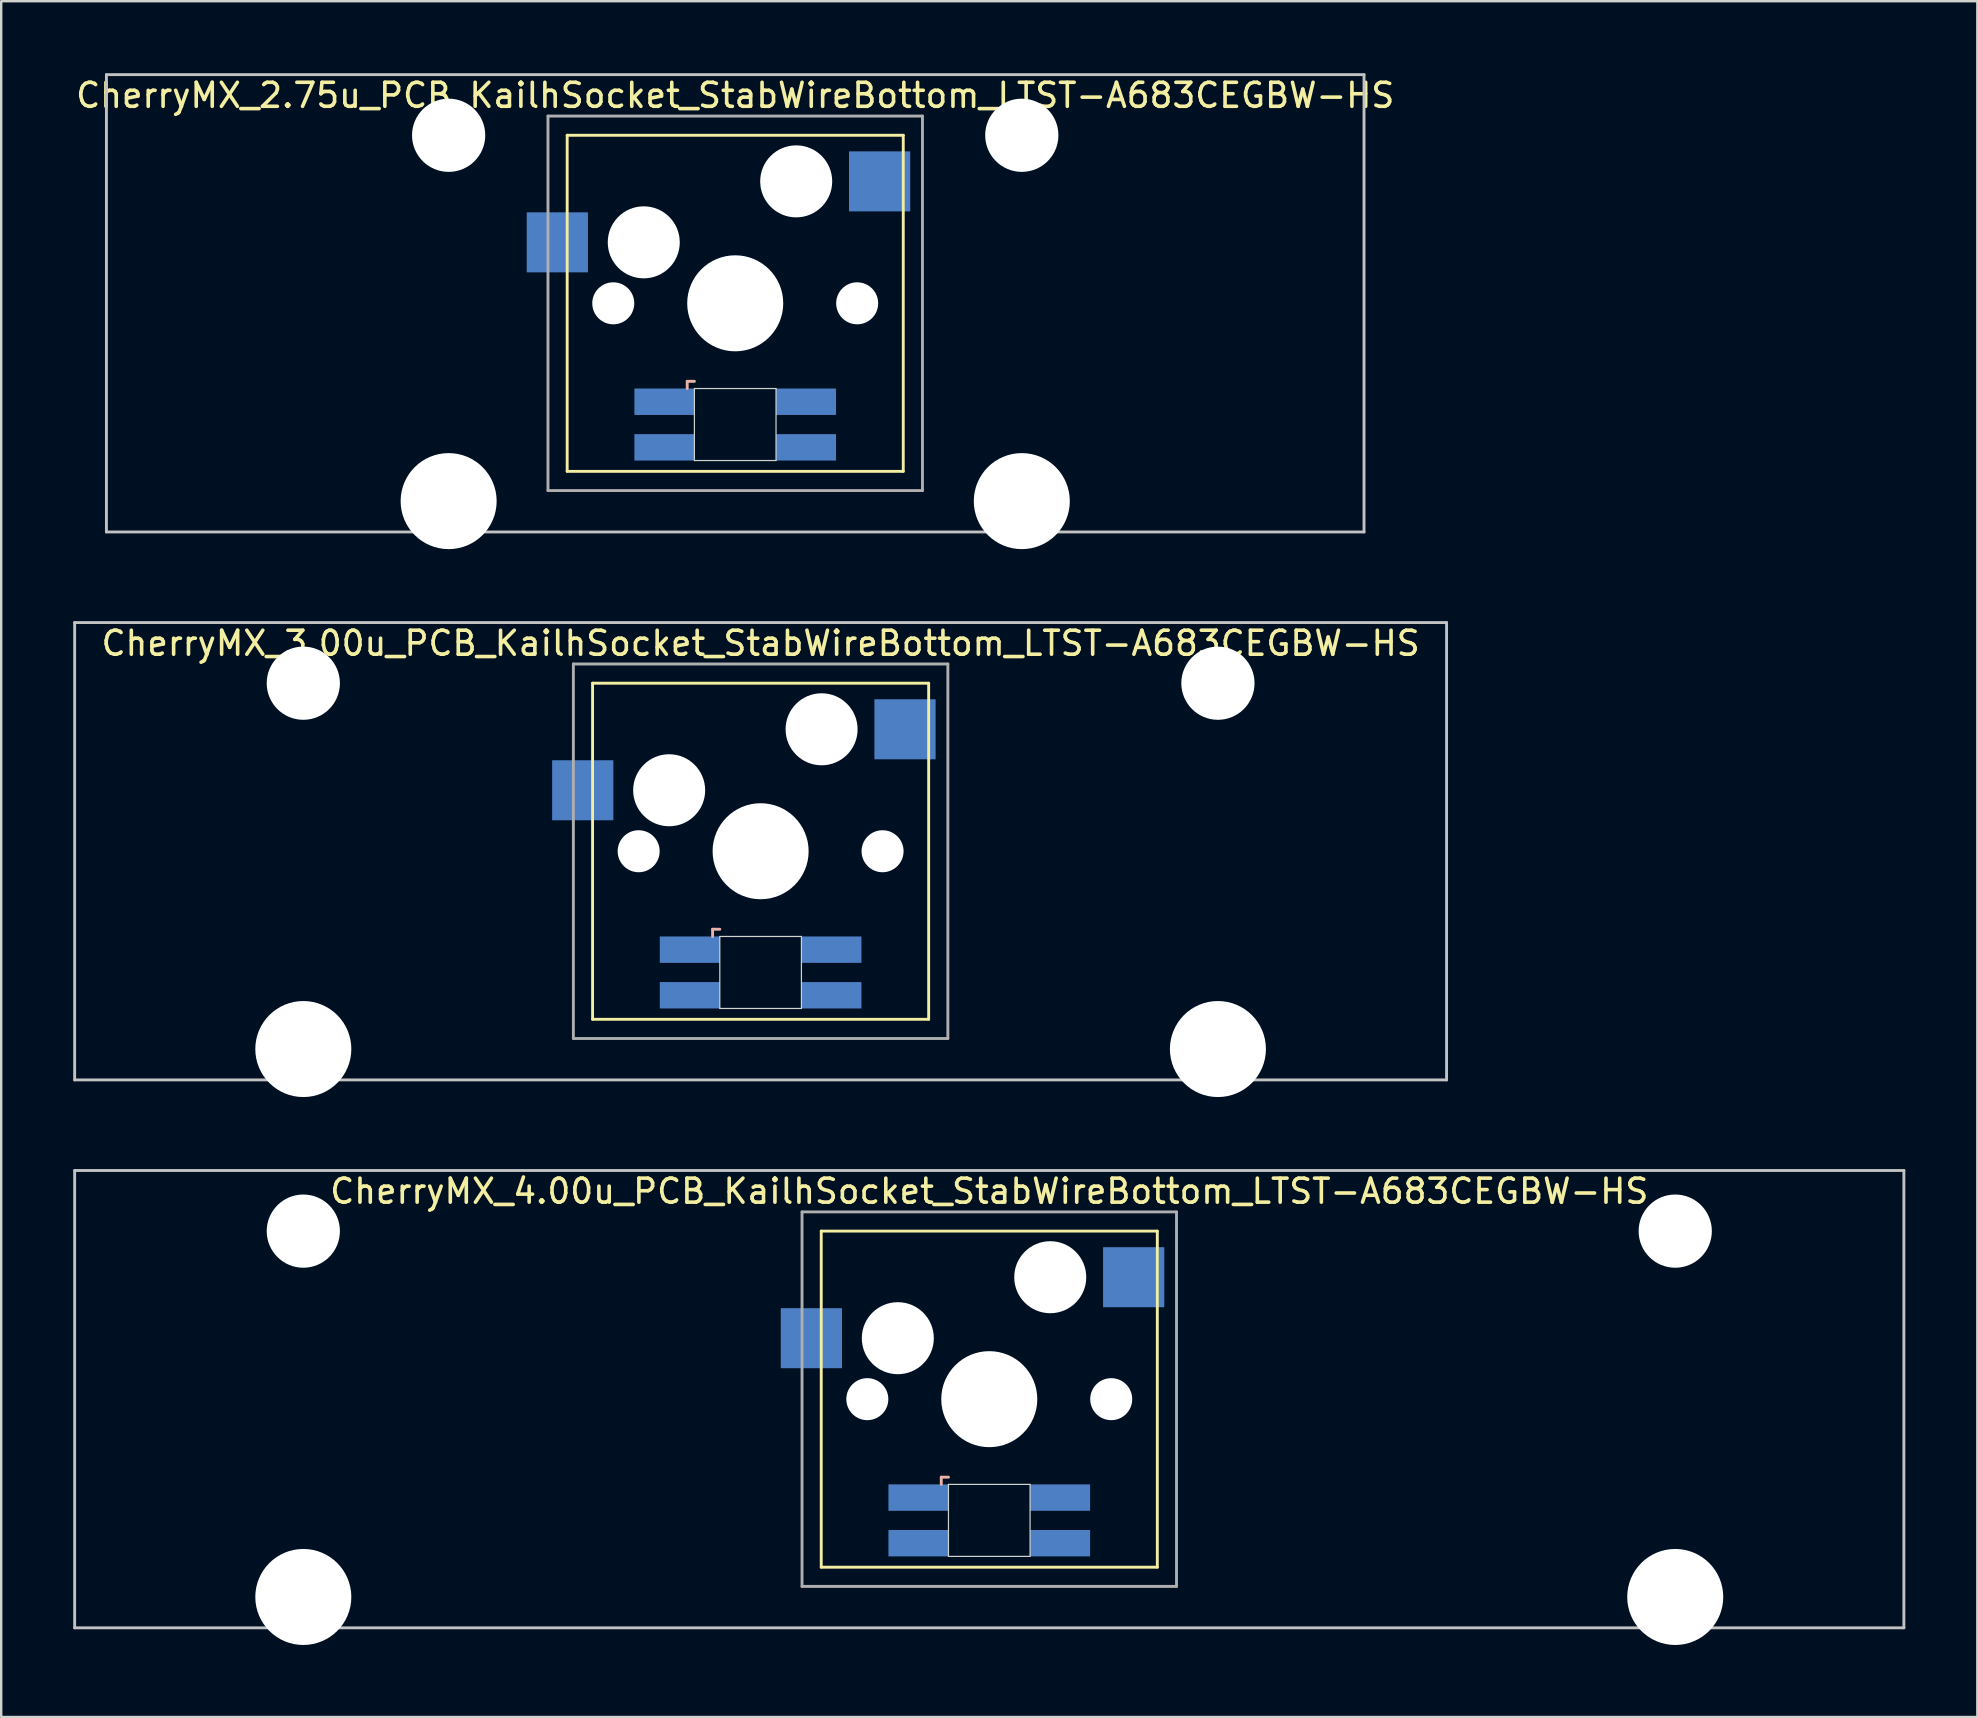
<source format=kicad_pcb>
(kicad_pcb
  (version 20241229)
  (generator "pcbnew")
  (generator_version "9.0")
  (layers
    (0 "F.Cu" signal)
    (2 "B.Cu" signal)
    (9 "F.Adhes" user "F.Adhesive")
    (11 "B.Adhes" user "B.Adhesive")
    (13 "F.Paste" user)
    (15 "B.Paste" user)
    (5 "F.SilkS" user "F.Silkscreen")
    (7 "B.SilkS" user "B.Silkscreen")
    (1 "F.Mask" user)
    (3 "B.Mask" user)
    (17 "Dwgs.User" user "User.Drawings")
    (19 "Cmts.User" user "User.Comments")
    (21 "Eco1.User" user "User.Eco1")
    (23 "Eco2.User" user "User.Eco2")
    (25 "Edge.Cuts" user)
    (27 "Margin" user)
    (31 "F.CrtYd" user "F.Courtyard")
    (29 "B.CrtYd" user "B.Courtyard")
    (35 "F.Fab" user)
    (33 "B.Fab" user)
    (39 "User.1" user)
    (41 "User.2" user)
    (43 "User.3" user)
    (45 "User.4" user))
  (footprint "CherryMX_4.00u_PCB_KailhSocket_StabWireBottom_LTST-A683CEGBW-HS"
    (layer "F.Cu")
    (at 38.16 55.235)
    (property "Reference" "CherryMX_4.00u_PCB_KailhSocket_StabWireBottom_LTST-A683CEGBW-HS" (at 0 -8.662 0) (layer "F.SilkS") (effects (font (size 1 1) (thickness 0.15))))
    (attr through_hole)
    (fp_line (start -7 -7) (end -7 7) (stroke (width 0.12) (type solid)) (layer "F.SilkS"))
    (fp_line (start -7 -7) (end 7 -7) (stroke (width 0.12) (type solid)) (layer "F.SilkS"))
    (fp_line (start 7 -7) (end 7 7) (stroke (width 0.12) (type solid)) (layer "F.SilkS"))
    (fp_line (start 7 7) (end -7 7) (stroke (width 0.12) (type solid)) (layer "F.SilkS"))
    (fp_line (start -2 3.25) (end -2 3.55) (stroke (width 0.12) (type solid)) (layer "B.SilkS"))
    (fp_line (start -1.7 3.25) (end -2 3.25) (stroke (width 0.12) (type solid)) (layer "B.SilkS"))
    (fp_line (start -38.1 -9.525) (end 38.1 -9.525) (stroke (width 0.12) (type solid)) (layer "Dwgs.User"))
    (fp_line (start -38.1 9.525) (end -38.1 -9.525) (stroke (width 0.12) (type solid)) (layer "Dwgs.User"))
    (fp_line (start 38.1 -9.525) (end 38.1 9.525) (stroke (width 0.12) (type solid)) (layer "Dwgs.User"))
    (fp_line (start 38.1 9.525) (end -38.1 9.525) (stroke (width 0.12) (type solid)) (layer "Dwgs.User"))
    (fp_line (start -1.7 3.55) (end 1.7 3.55) (stroke (width 0.05) (type solid)) (layer "Edge.Cuts"))
    (fp_line (start -1.7 6.55) (end -1.7 3.55) (stroke (width 0.05) (type solid)) (layer "Edge.Cuts"))
    (fp_line (start 1.7 3.55) (end 1.7 6.55) (stroke (width 0.05) (type solid)) (layer "Edge.Cuts"))
    (fp_line (start 1.7 6.55) (end -1.7 6.55) (stroke (width 0.05) (type solid)) (layer "Edge.Cuts"))
    (fp_line (start -7.8 -7.8) (end -7.8 7.8) (stroke (width 0.12) (type solid)) (layer "F.Fab"))
    (fp_line (start -7.8 -7.8) (end 7.8 -7.8) (stroke (width 0.12) (type solid)) (layer "F.Fab"))
    (fp_line (start -7.8 7.8) (end 7.8 7.8) (stroke (width 0.12) (type solid)) (layer "F.Fab"))
    (fp_line (start 7.8 -7.8) (end 7.8 7.8) (stroke (width 0.12) (type solid)) (layer "F.Fab"))
    (pad "" np_thru_hole circle (at -28.575 -7) (size 3.05 3.05) (drill 3.05) (layers "*.Cu" "*.Mask"))
    (pad "" np_thru_hole circle (at -28.575 8.24) (size 4 4) (drill 4) (layers "*.Cu" "*.Mask"))
    (pad "" np_thru_hole circle (at -5.08 0) (size 1.75 1.75) (drill 1.75) (layers "*.Cu" "*.Mask"))
    (pad "" np_thru_hole circle (at -3.81 -2.54) (size 3 3) (drill 3) (layers "*.Cu" "*.Mask"))
    (pad "" np_thru_hole circle (at 0 0) (size 4 4) (drill 4) (layers "*.Cu" "*.Mask"))
    (pad "" np_thru_hole circle (at 2.54 -5.08) (size 3 3) (drill 3) (layers "*.Cu" "*.Mask"))
    (pad "" np_thru_hole circle (at 5.08 0) (size 1.75 1.75) (drill 1.75) (layers "*.Cu" "*.Mask"))
    (pad "" np_thru_hole circle (at 28.575 -7) (size 3.05 3.05) (drill 3.05) (layers "*.Cu" "*.Mask"))
    (pad "" np_thru_hole circle (at 28.575 8.24) (size 4 4) (drill 4) (layers "*.Cu" "*.Mask"))
    (pad "1" smd rect (at -7.41 -2.54) (size 2.55 2.5) (layers "B.Cu" "B.Mask" "B.Paste"))
    (pad "2" smd rect (at 6.015 -5.08) (size 2.55 2.5) (layers "B.Cu" "B.Mask" "B.Paste"))
    (pad "3" smd rect (at -2.95 4.1) (size 2.5 1.1) (layers "B.Cu" "B.Mask" "B.Paste"))
    (pad "4" smd rect (at -2.95 6) (size 2.5 1.1) (layers "B.Cu" "B.Mask" "B.Paste"))
    (pad "5" smd rect (at 2.95 4.1) (size 2.5 1.1) (layers "B.Cu" "B.Mask" "B.Paste"))
    (pad "6" smd rect (at 2.95 6) (size 2.5 1.1) (layers "B.Cu" "B.Mask" "B.Paste")))
  (footprint "CherryMX_3.00u_PCB_KailhSocket_StabWireBottom_LTST-A683CEGBW-HS"
    (layer "F.Cu")
    (at 28.635 32.41)
    (property "Reference" "CherryMX_3.00u_PCB_KailhSocket_StabWireBottom_LTST-A683CEGBW-HS" (at 0 -8.662 0) (layer "F.SilkS") (effects (font (size 1 1) (thickness 0.15))))
    (attr through_hole)
    (fp_line (start -7 -7) (end -7 7) (stroke (width 0.12) (type solid)) (layer "F.SilkS"))
    (fp_line (start -7 -7) (end 7 -7) (stroke (width 0.12) (type solid)) (layer "F.SilkS"))
    (fp_line (start 7 -7) (end 7 7) (stroke (width 0.12) (type solid)) (layer "F.SilkS"))
    (fp_line (start 7 7) (end -7 7) (stroke (width 0.12) (type solid)) (layer "F.SilkS"))
    (fp_line (start -2 3.25) (end -2 3.55) (stroke (width 0.12) (type solid)) (layer "B.SilkS"))
    (fp_line (start -1.7 3.25) (end -2 3.25) (stroke (width 0.12) (type solid)) (layer "B.SilkS"))
    (fp_line (start -28.575 -9.525) (end 28.575 -9.525) (stroke (width 0.12) (type solid)) (layer "Dwgs.User"))
    (fp_line (start -28.575 9.525) (end -28.575 -9.525) (stroke (width 0.12) (type solid)) (layer "Dwgs.User"))
    (fp_line (start 28.575 -9.525) (end 28.575 9.525) (stroke (width 0.12) (type solid)) (layer "Dwgs.User"))
    (fp_line (start 28.575 9.525) (end -28.575 9.525) (stroke (width 0.12) (type solid)) (layer "Dwgs.User"))
    (fp_line (start -1.7 3.55) (end 1.7 3.55) (stroke (width 0.05) (type solid)) (layer "Edge.Cuts"))
    (fp_line (start -1.7 6.55) (end -1.7 3.55) (stroke (width 0.05) (type solid)) (layer "Edge.Cuts"))
    (fp_line (start 1.7 3.55) (end 1.7 6.55) (stroke (width 0.05) (type solid)) (layer "Edge.Cuts"))
    (fp_line (start 1.7 6.55) (end -1.7 6.55) (stroke (width 0.05) (type solid)) (layer "Edge.Cuts"))
    (fp_line (start -7.8 -7.8) (end -7.8 7.8) (stroke (width 0.12) (type solid)) (layer "F.Fab"))
    (fp_line (start -7.8 -7.8) (end 7.8 -7.8) (stroke (width 0.12) (type solid)) (layer "F.Fab"))
    (fp_line (start -7.8 7.8) (end 7.8 7.8) (stroke (width 0.12) (type solid)) (layer "F.Fab"))
    (fp_line (start 7.8 -7.8) (end 7.8 7.8) (stroke (width 0.12) (type solid)) (layer "F.Fab"))
    (pad "" np_thru_hole circle (at -19.05 -7) (size 3.05 3.05) (drill 3.05) (layers "*.Cu" "*.Mask"))
    (pad "" np_thru_hole circle (at -19.05 8.24) (size 4 4) (drill 4) (layers "*.Cu" "*.Mask"))
    (pad "" np_thru_hole circle (at -5.08 0) (size 1.75 1.75) (drill 1.75) (layers "*.Cu" "*.Mask"))
    (pad "" np_thru_hole circle (at -3.81 -2.54) (size 3 3) (drill 3) (layers "*.Cu" "*.Mask"))
    (pad "" np_thru_hole circle (at 0 0) (size 4 4) (drill 4) (layers "*.Cu" "*.Mask"))
    (pad "" np_thru_hole circle (at 2.54 -5.08) (size 3 3) (drill 3) (layers "*.Cu" "*.Mask"))
    (pad "" np_thru_hole circle (at 5.08 0) (size 1.75 1.75) (drill 1.75) (layers "*.Cu" "*.Mask"))
    (pad "" np_thru_hole circle (at 19.05 -7) (size 3.05 3.05) (drill 3.05) (layers "*.Cu" "*.Mask"))
    (pad "" np_thru_hole circle (at 19.05 8.24) (size 4 4) (drill 4) (layers "*.Cu" "*.Mask"))
    (pad "1" smd rect (at -7.41 -2.54) (size 2.55 2.5) (layers "B.Cu" "B.Mask" "B.Paste"))
    (pad "2" smd rect (at 6.015 -5.08) (size 2.55 2.5) (layers "B.Cu" "B.Mask" "B.Paste"))
    (pad "3" smd rect (at -2.95 4.1) (size 2.5 1.1) (layers "B.Cu" "B.Mask" "B.Paste"))
    (pad "4" smd rect (at -2.95 6) (size 2.5 1.1) (layers "B.Cu" "B.Mask" "B.Paste"))
    (pad "5" smd rect (at 2.95 4.1) (size 2.5 1.1) (layers "B.Cu" "B.Mask" "B.Paste"))
    (pad "6" smd rect (at 2.95 6) (size 2.5 1.1) (layers "B.Cu" "B.Mask" "B.Paste")))
  (footprint "CherryMX_2.75u_PCB_KailhSocket_StabWireBottom_LTST-A683CEGBW-HS"
    (layer "F.Cu")
    (at 27.577 9.585)
    (property "Reference" "CherryMX_2.75u_PCB_KailhSocket_StabWireBottom_LTST-A683CEGBW-HS" (at 0 -8.662 0) (layer "F.SilkS") (effects (font (size 1 1) (thickness 0.15))))
    (attr through_hole)
    (fp_line (start -7 -7) (end -7 7) (stroke (width 0.12) (type solid)) (layer "F.SilkS"))
    (fp_line (start -7 -7) (end 7 -7) (stroke (width 0.12) (type solid)) (layer "F.SilkS"))
    (fp_line (start 7 -7) (end 7 7) (stroke (width 0.12) (type solid)) (layer "F.SilkS"))
    (fp_line (start 7 7) (end -7 7) (stroke (width 0.12) (type solid)) (layer "F.SilkS"))
    (fp_line (start -2 3.25) (end -2 3.55) (stroke (width 0.12) (type solid)) (layer "B.SilkS"))
    (fp_line (start -1.7 3.25) (end -2 3.25) (stroke (width 0.12) (type solid)) (layer "B.SilkS"))
    (fp_line (start -26.194 -9.525) (end 26.194 -9.525) (stroke (width 0.12) (type solid)) (layer "Dwgs.User"))
    (fp_line (start -26.194 9.525) (end -26.194 -9.525) (stroke (width 0.12) (type solid)) (layer "Dwgs.User"))
    (fp_line (start 26.194 -9.525) (end 26.194 9.525) (stroke (width 0.12) (type solid)) (layer "Dwgs.User"))
    (fp_line (start 26.194 9.525) (end -26.194 9.525) (stroke (width 0.12) (type solid)) (layer "Dwgs.User"))
    (fp_line (start -1.7 3.55) (end 1.7 3.55) (stroke (width 0.05) (type solid)) (layer "Edge.Cuts"))
    (fp_line (start -1.7 6.55) (end -1.7 3.55) (stroke (width 0.05) (type solid)) (layer "Edge.Cuts"))
    (fp_line (start 1.7 3.55) (end 1.7 6.55) (stroke (width 0.05) (type solid)) (layer "Edge.Cuts"))
    (fp_line (start 1.7 6.55) (end -1.7 6.55) (stroke (width 0.05) (type solid)) (layer "Edge.Cuts"))
    (fp_line (start -7.8 -7.8) (end -7.8 7.8) (stroke (width 0.12) (type solid)) (layer "F.Fab"))
    (fp_line (start -7.8 -7.8) (end 7.8 -7.8) (stroke (width 0.12) (type solid)) (layer "F.Fab"))
    (fp_line (start -7.8 7.8) (end 7.8 7.8) (stroke (width 0.12) (type solid)) (layer "F.Fab"))
    (fp_line (start 7.8 -7.8) (end 7.8 7.8) (stroke (width 0.12) (type solid)) (layer "F.Fab"))
    (pad "" np_thru_hole circle (at -11.938 -7) (size 3.05 3.05) (drill 3.05) (layers "*.Cu" "*.Mask"))
    (pad "" np_thru_hole circle (at -11.938 8.24) (size 4 4) (drill 4) (layers "*.Cu" "*.Mask"))
    (pad "" np_thru_hole circle (at -5.08 0) (size 1.75 1.75) (drill 1.75) (layers "*.Cu" "*.Mask"))
    (pad "" np_thru_hole circle (at -3.81 -2.54) (size 3 3) (drill 3) (layers "*.Cu" "*.Mask"))
    (pad "" np_thru_hole circle (at 0 0) (size 4 4) (drill 4) (layers "*.Cu" "*.Mask"))
    (pad "" np_thru_hole circle (at 2.54 -5.08) (size 3 3) (drill 3) (layers "*.Cu" "*.Mask"))
    (pad "" np_thru_hole circle (at 5.08 0) (size 1.75 1.75) (drill 1.75) (layers "*.Cu" "*.Mask"))
    (pad "" np_thru_hole circle (at 11.938 -7) (size 3.05 3.05) (drill 3.05) (layers "*.Cu" "*.Mask"))
    (pad "" np_thru_hole circle (at 11.938 8.24) (size 4 4) (drill 4) (layers "*.Cu" "*.Mask"))
    (pad "1" smd rect (at -7.41 -2.54) (size 2.55 2.5) (layers "B.Cu" "B.Mask" "B.Paste"))
    (pad "2" smd rect (at 6.015 -5.08) (size 2.55 2.5) (layers "B.Cu" "B.Mask" "B.Paste"))
    (pad "3" smd rect (at -2.95 4.1) (size 2.5 1.1) (layers "B.Cu" "B.Mask" "B.Paste"))
    (pad "4" smd rect (at -2.95 6) (size 2.5 1.1) (layers "B.Cu" "B.Mask" "B.Paste"))
    (pad "5" smd rect (at 2.95 4.1) (size 2.5 1.1) (layers "B.Cu" "B.Mask" "B.Paste"))
    (pad "6" smd rect (at 2.95 6) (size 2.5 1.1) (layers "B.Cu" "B.Mask" "B.Paste")))
  (gr_rect
    (start -3 -3)
    (end 79.32 68.475)
    (stroke (width 0.1) (type default))
    (fill no)
    (layer "Edge.Cuts")))
</source>
